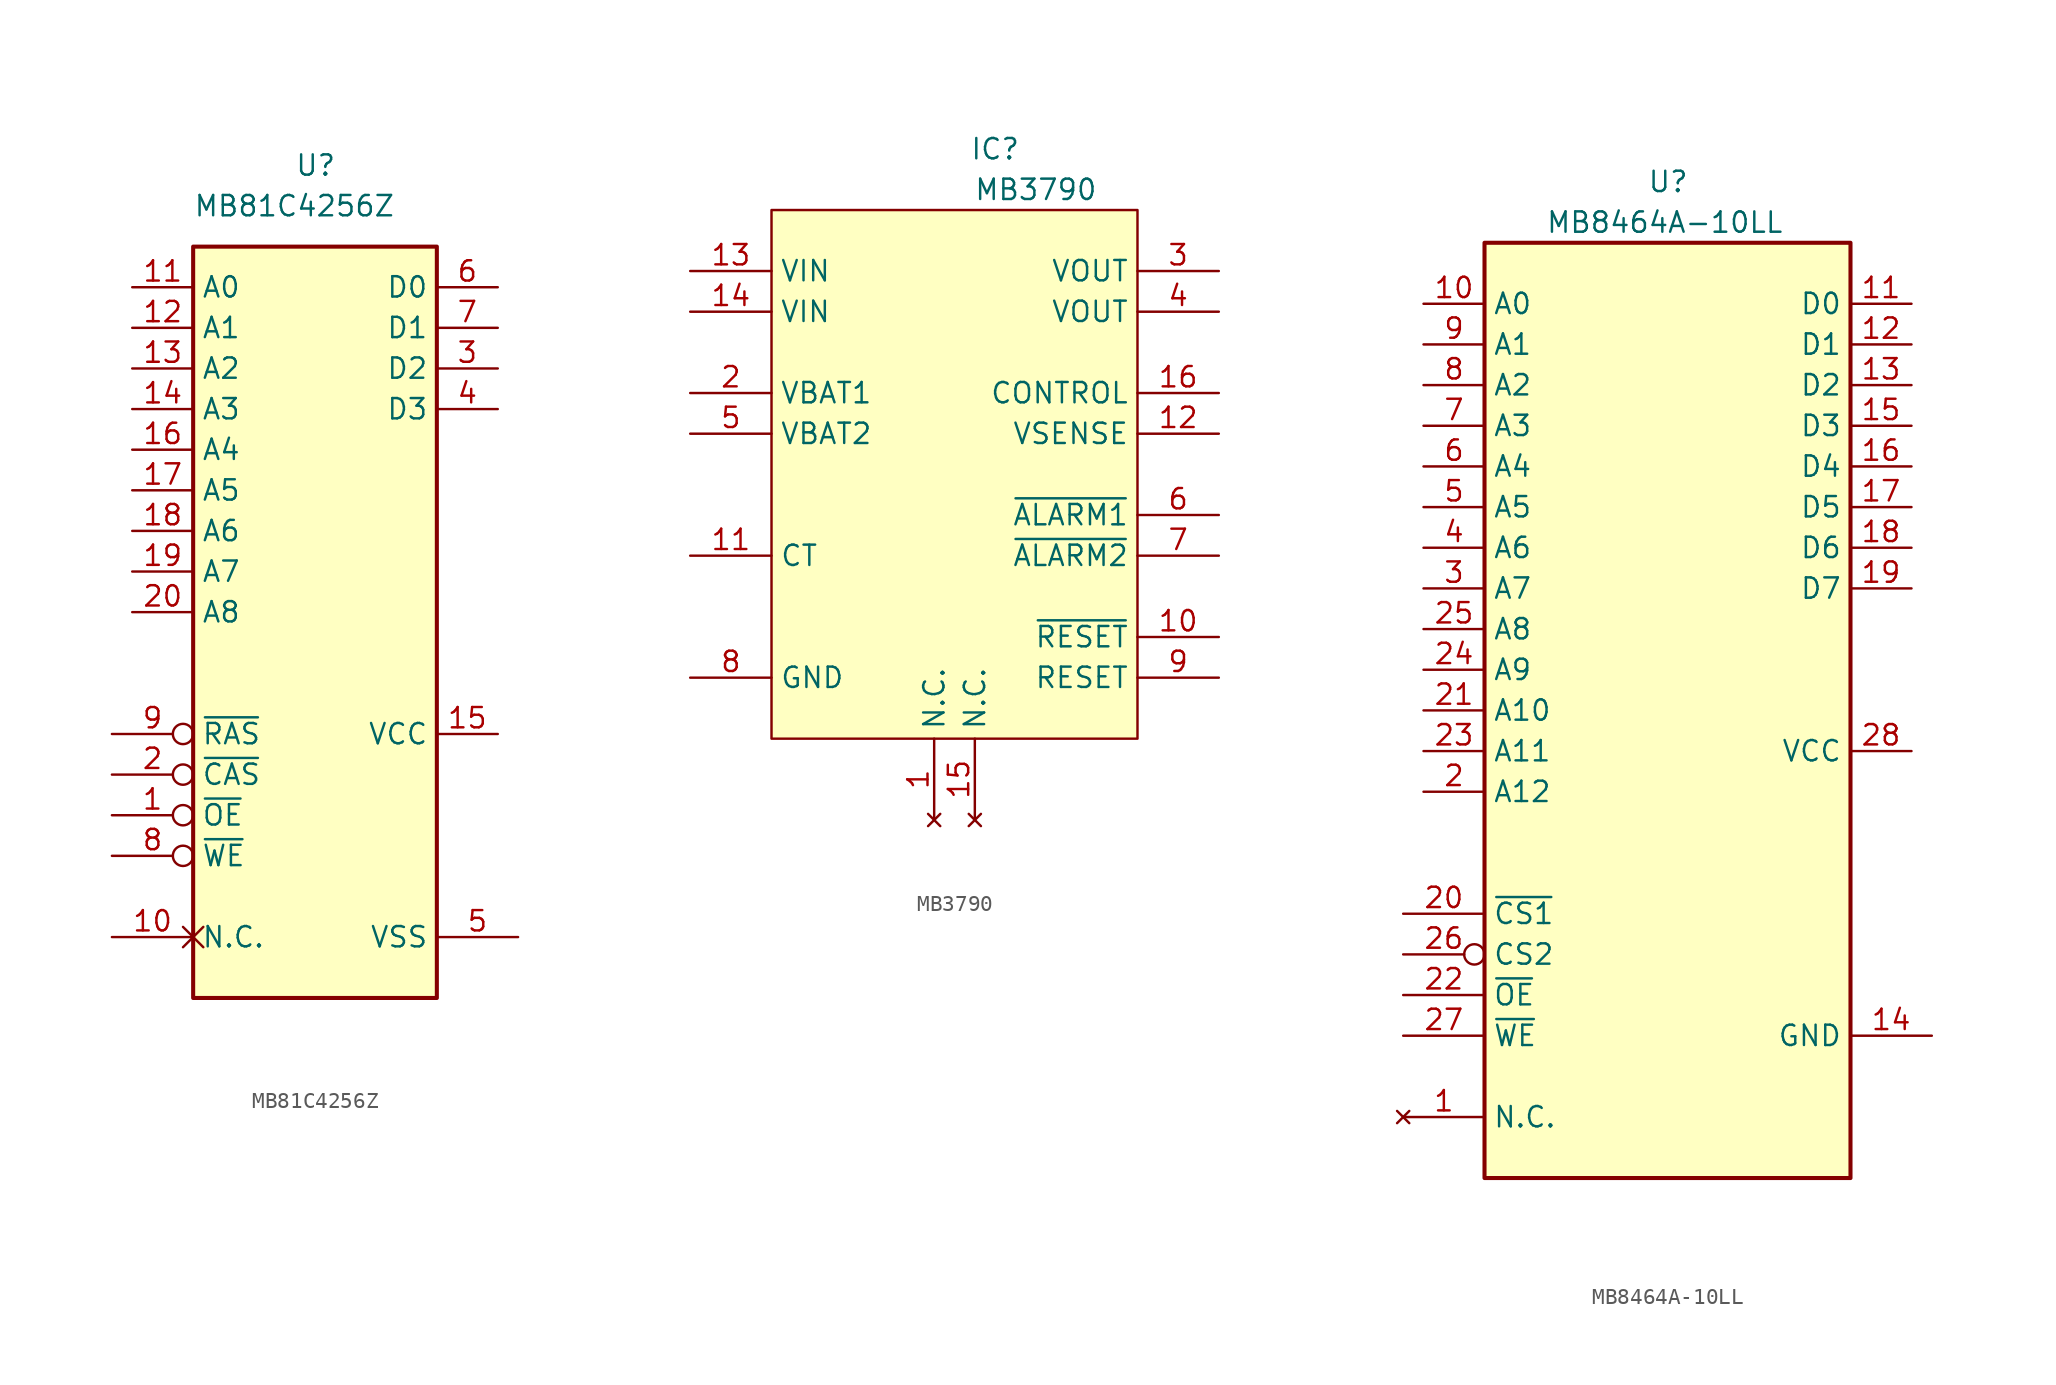
<source format=kicad_sym>
(kicad_symbol_lib
  (version 20220914)
  (generator kicad_symbol_editor)
  (symbol "MB81C4256Z"
    (property "Reference" "U"
      (at -1.27 30.48 0)
      (effects (font (size 1.27 1.27)) (justify left)))
    (property "Value" "MB81C4256Z"
      (at -7.62 27.94 0)
      (effects (font (size 1.27 1.27)) (justify left)))
    (symbol "MB81C4256Z_0_1"
      (rectangle (start -7.62 25.4) (end 7.62 -21.59) (stroke (width 0.254) (type default)) (fill (type background))))
    (symbol "MB81C4256Z_1_0"
      (pin power_in line (at 11.43 -5.08 180) (length 3.81) (name "VCC" (effects (font (size 1.27 1.27)))) (number "15" (effects (font (size 1.27 1.27)))))
      (pin power_in line (at 12.7 -17.78 180) (length 5.08) (name "VSS" (effects (font (size 1.27 1.27)))) (number "5" (effects (font (size 1.27 1.27))))))
    (symbol "MB81C4256Z_1_1"
      (pin input inverted (at -12.7 -10.16 0) (length 5.08) (name "~{OE}" (effects (font (size 1.27 1.27)))) (number "1" (effects (font (size 1.27 1.27)))))
      (pin input non_logic (at -12.7 -17.78 0) (length 5.08) (name "N.C." (effects (font (size 1.27 1.27)))) (number "10" (effects (font (size 1.27 1.27)))))
      (pin input line (at -11.43 22.86 0) (length 3.81) (name "A0" (effects (font (size 1.27 1.27)))) (number "11" (effects (font (size 1.27 1.27)))))
      (pin input line (at -11.43 20.32 0) (length 3.81) (name "A1" (effects (font (size 1.27 1.27)))) (number "12" (effects (font (size 1.27 1.27)))))
      (pin input line (at -11.43 17.78 0) (length 3.81) (name "A2" (effects (font (size 1.27 1.27)))) (number "13" (effects (font (size 1.27 1.27)))))
      (pin input line (at -11.43 15.24 0) (length 3.81) (name "A3" (effects (font (size 1.27 1.27)))) (number "14" (effects (font (size 1.27 1.27)))))
      (pin input line (at -11.43 12.7 0) (length 3.81) (name "A4" (effects (font (size 1.27 1.27)))) (number "16" (effects (font (size 1.27 1.27)))))
      (pin input line (at -11.43 10.16 0) (length 3.81) (name "A5" (effects (font (size 1.27 1.27)))) (number "17" (effects (font (size 1.27 1.27)))))
      (pin input line (at -11.43 7.62 0) (length 3.81) (name "A6" (effects (font (size 1.27 1.27)))) (number "18" (effects (font (size 1.27 1.27)))))
      (pin input line (at -11.43 5.08 0) (length 3.81) (name "A7" (effects (font (size 1.27 1.27)))) (number "19" (effects (font (size 1.27 1.27)))))
      (pin input inverted (at -12.7 -7.62 0) (length 5.08) (name "~{CAS}" (effects (font (size 1.27 1.27)))) (number "2" (effects (font (size 1.27 1.27)))))
      (pin input line (at -11.43 2.54 0) (length 3.81) (name "A8" (effects (font (size 1.27 1.27)))) (number "20" (effects (font (size 1.27 1.27)))))
      (pin tri_state line (at 11.43 17.78 180) (length 3.81) (name "D2" (effects (font (size 1.27 1.27)))) (number "3" (effects (font (size 1.27 1.27)))))
      (pin tri_state line (at 11.43 15.24 180) (length 3.81) (name "D3" (effects (font (size 1.27 1.27)))) (number "4" (effects (font (size 1.27 1.27)))))
      (pin tri_state line (at 11.43 22.86 180) (length 3.81) (name "D0" (effects (font (size 1.27 1.27)))) (number "6" (effects (font (size 1.27 1.27)))))
      (pin tri_state line (at 11.43 20.32 180) (length 3.81) (name "D1" (effects (font (size 1.27 1.27)))) (number "7" (effects (font (size 1.27 1.27)))))
      (pin input inverted (at -12.7 -12.7 0) (length 5.08) (name "~{WE}" (effects (font (size 1.27 1.27)))) (number "8" (effects (font (size 1.27 1.27)))))
      (pin input inverted (at -12.7 -5.08 0) (length 5.08) (name "~{RAS}" (effects (font (size 1.27 1.27)))) (number "9" (effects (font (size 1.27 1.27)))))))
  (symbol "MB3790"
    (property "Reference" "IC"
      (at 2.54 1.27 0)
      (effects (font (size 1.27 1.27))))
    (property "Value" "MB3790"
      (at 5.08 -1.27 0)
      (effects (font (size 1.27 1.27))))
    (symbol "MB3790_1_1"
      (rectangle (start -11.43 -2.54) (end 11.43 -35.56) (stroke (width 0) (type default)) (fill (type background)))
      (pin no_connect line (at -1.27 -40.64 90) (length 5.08) (name "N.C." (effects (font (size 1.27 1.27)))) (number "1" (effects (font (size 1.27 1.27)))))
      (pin input line (at 16.51 -29.21 180) (length 5.08) (name "~{RESET}" (effects (font (size 1.27 1.27)))) (number "10" (effects (font (size 1.27 1.27)))))
      (pin passive line (at -16.51 -24.13 0) (length 5.08) (name "CT" (effects (font (size 1.27 1.27)))) (number "11" (effects (font (size 1.27 1.27)))))
      (pin input line (at 16.51 -16.51 180) (length 5.08) (name "VSENSE" (effects (font (size 1.27 1.27)))) (number "12" (effects (font (size 1.27 1.27)))))
      (pin power_in line (at -16.51 -6.35 0) (length 5.08) (name "VIN" (effects (font (size 1.27 1.27)))) (number "13" (effects (font (size 1.27 1.27)))))
      (pin power_in line (at -16.51 -8.89 0) (length 5.08) (name "VIN" (effects (font (size 1.27 1.27)))) (number "14" (effects (font (size 1.27 1.27)))))
      (pin no_connect line (at 1.27 -40.64 90) (length 5.08) (name "N.C." (effects (font (size 1.27 1.27)))) (number "15" (effects (font (size 1.27 1.27)))))
      (pin input line (at 16.51 -13.97 180) (length 5.08) (name "CONTROL" (effects (font (size 1.27 1.27)))) (number "16" (effects (font (size 1.27 1.27)))))
      (pin power_in line (at -16.51 -13.97 0) (length 5.08) (name "VBAT1" (effects (font (size 1.27 1.27)))) (number "2" (effects (font (size 1.27 1.27)))))
      (pin power_out line (at 16.51 -6.35 180) (length 5.08) (name "VOUT" (effects (font (size 1.27 1.27)))) (number "3" (effects (font (size 1.27 1.27)))))
      (pin power_out line (at 16.51 -8.89 180) (length 5.08) (name "VOUT" (effects (font (size 1.27 1.27)))) (number "4" (effects (font (size 1.27 1.27)))))
      (pin power_in line (at -16.51 -16.51 0) (length 5.08) (name "VBAT2" (effects (font (size 1.27 1.27)))) (number "5" (effects (font (size 1.27 1.27)))))
      (pin output line (at 16.51 -21.59 180) (length 5.08) (name "~{ALARM1}" (effects (font (size 1.27 1.27)))) (number "6" (effects (font (size 1.27 1.27)))))
      (pin output line (at 16.51 -24.13 180) (length 5.08) (name "~{ALARM2}" (effects (font (size 1.27 1.27)))) (number "7" (effects (font (size 1.27 1.27)))))
      (pin passive line (at -16.51 -31.75 0) (length 5.08) (name "GND" (effects (font (size 1.27 1.27)))) (number "8" (effects (font (size 1.27 1.27)))))
      (pin input line (at 16.51 -31.75 180) (length 5.08) (name "RESET" (effects (font (size 1.27 1.27)))) (number "9" (effects (font (size 1.27 1.27)))))))
  (symbol "MB8464A-10LL"
    (property "Reference" "U"
      (at -1.27 30.48 0)
      (effects (font (size 1.27 1.27)) (justify left)))
    (property "Value" "MB8464A-10LL"
      (at -7.62 27.94 0)
      (effects (font (size 1.27 1.27)) (justify left)))
    (symbol "MB8464A-10LL_0_0"
      (pin power_in line (at 15.24 -5.08 180) (length 3.81) (name "VCC" (effects (font (size 1.27 1.27)))) (number "28" (effects (font (size 1.27 1.27))))))
    (symbol "MB8464A-10LL_0_1"
      (rectangle (start -11.43 26.67) (end 11.43 -31.75) (stroke (width 0.254) (type default)) (fill (type background))))
    (symbol "MB8464A-10LL_1_0"
      (pin power_in line (at 16.51 -22.86 180) (length 5.08) (name "GND" (effects (font (size 1.27 1.27)))) (number "14" (effects (font (size 1.27 1.27))))))
    (symbol "MB8464A-10LL_1_1"
      (pin no_connect line (at -16.51 -27.94 0) (length 5.08) (name "N.C." (effects (font (size 1.27 1.27)))) (number "1" (effects (font (size 1.27 1.27)))))
      (pin input line (at -15.24 22.86 0) (length 3.81) (name "A0" (effects (font (size 1.27 1.27)))) (number "10" (effects (font (size 1.27 1.27)))))
      (pin tri_state line (at 15.24 22.86 180) (length 3.81) (name "D0" (effects (font (size 1.27 1.27)))) (number "11" (effects (font (size 1.27 1.27)))))
      (pin tri_state line (at 15.24 20.32 180) (length 3.81) (name "D1" (effects (font (size 1.27 1.27)))) (number "12" (effects (font (size 1.27 1.27)))))
      (pin tri_state line (at 15.24 17.78 180) (length 3.81) (name "D2" (effects (font (size 1.27 1.27)))) (number "13" (effects (font (size 1.27 1.27)))))
      (pin tri_state line (at 15.24 15.24 180) (length 3.81) (name "D3" (effects (font (size 1.27 1.27)))) (number "15" (effects (font (size 1.27 1.27)))))
      (pin tri_state line (at 15.24 12.7 180) (length 3.81) (name "D4" (effects (font (size 1.27 1.27)))) (number "16" (effects (font (size 1.27 1.27)))))
      (pin tri_state line (at 15.24 10.16 180) (length 3.81) (name "D5" (effects (font (size 1.27 1.27)))) (number "17" (effects (font (size 1.27 1.27)))))
      (pin tri_state line (at 15.24 7.62 180) (length 3.81) (name "D6" (effects (font (size 1.27 1.27)))) (number "18" (effects (font (size 1.27 1.27)))))
      (pin tri_state line (at 15.24 5.08 180) (length 3.81) (name "D7" (effects (font (size 1.27 1.27)))) (number "19" (effects (font (size 1.27 1.27)))))
      (pin input line (at -15.24 -7.62 0) (length 3.81) (name "A12" (effects (font (size 1.27 1.27)))) (number "2" (effects (font (size 1.27 1.27)))))
      (pin input line (at -16.51 -15.24 0) (length 5.08) (name "~{CS1}" (effects (font (size 1.27 1.27)))) (number "20" (effects (font (size 1.27 1.27)))))
      (pin input line (at -15.24 -2.54 0) (length 3.81) (name "A10" (effects (font (size 1.27 1.27)))) (number "21" (effects (font (size 1.27 1.27)))))
      (pin input line (at -16.51 -20.32 0) (length 5.08) (name "~{OE}" (effects (font (size 1.27 1.27)))) (number "22" (effects (font (size 1.27 1.27)))))
      (pin input line (at -15.24 -5.08 0) (length 3.81) (name "A11" (effects (font (size 1.27 1.27)))) (number "23" (effects (font (size 1.27 1.27)))))
      (pin input line (at -15.24 0 0) (length 3.81) (name "A9" (effects (font (size 1.27 1.27)))) (number "24" (effects (font (size 1.27 1.27)))))
      (pin input line (at -15.24 2.54 0) (length 3.81) (name "A8" (effects (font (size 1.27 1.27)))) (number "25" (effects (font (size 1.27 1.27)))))
      (pin input inverted (at -16.51 -17.78 0) (length 5.08) (name "CS2" (effects (font (size 1.27 1.27)))) (number "26" (effects (font (size 1.27 1.27)))))
      (pin input line (at -16.51 -22.86 0) (length 5.08) (name "~{WE}" (effects (font (size 1.27 1.27)))) (number "27" (effects (font (size 1.27 1.27)))))
      (pin input line (at -15.24 5.08 0) (length 3.81) (name "A7" (effects (font (size 1.27 1.27)))) (number "3" (effects (font (size 1.27 1.27)))))
      (pin input line (at -15.24 7.62 0) (length 3.81) (name "A6" (effects (font (size 1.27 1.27)))) (number "4" (effects (font (size 1.27 1.27)))))
      (pin input line (at -15.24 10.16 0) (length 3.81) (name "A5" (effects (font (size 1.27 1.27)))) (number "5" (effects (font (size 1.27 1.27)))))
      (pin input line (at -15.24 12.7 0) (length 3.81) (name "A4" (effects (font (size 1.27 1.27)))) (number "6" (effects (font (size 1.27 1.27)))))
      (pin input line (at -15.24 15.24 0) (length 3.81) (name "A3" (effects (font (size 1.27 1.27)))) (number "7" (effects (font (size 1.27 1.27)))))
      (pin input line (at -15.24 17.78 0) (length 3.81) (name "A2" (effects (font (size 1.27 1.27)))) (number "8" (effects (font (size 1.27 1.27)))))
      (pin input line (at -15.24 20.32 0) (length 3.81) (name "A1" (effects (font (size 1.27 1.27)))) (number "9" (effects (font (size 1.27 1.27))))))))
</source>
